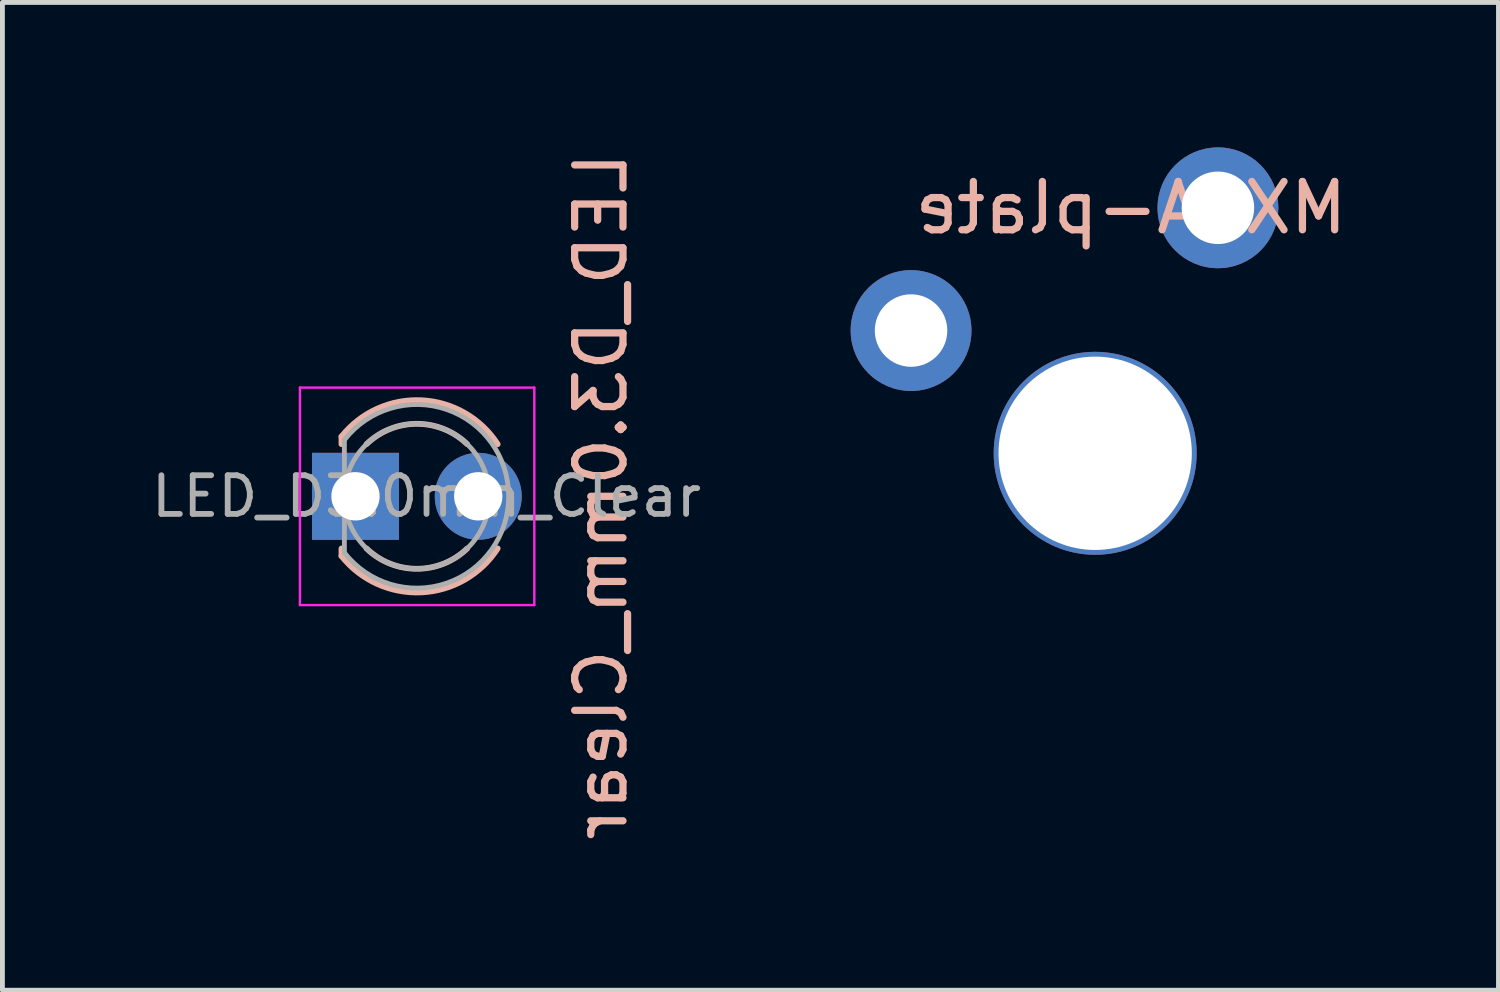
<source format=kicad_pcb>
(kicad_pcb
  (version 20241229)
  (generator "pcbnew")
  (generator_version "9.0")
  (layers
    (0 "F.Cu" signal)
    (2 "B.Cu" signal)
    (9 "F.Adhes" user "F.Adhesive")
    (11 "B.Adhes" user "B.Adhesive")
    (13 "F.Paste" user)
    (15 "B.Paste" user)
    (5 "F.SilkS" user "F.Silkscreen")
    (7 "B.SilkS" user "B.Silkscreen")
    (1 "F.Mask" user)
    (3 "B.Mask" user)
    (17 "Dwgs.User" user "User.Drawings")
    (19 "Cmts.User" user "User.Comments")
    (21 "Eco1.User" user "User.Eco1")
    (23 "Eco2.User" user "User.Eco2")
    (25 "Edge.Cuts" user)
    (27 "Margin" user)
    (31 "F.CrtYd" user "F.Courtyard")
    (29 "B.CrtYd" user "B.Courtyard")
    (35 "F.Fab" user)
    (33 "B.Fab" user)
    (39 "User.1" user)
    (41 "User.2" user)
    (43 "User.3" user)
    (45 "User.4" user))
  (footprint "MX1A-plate"
    (layer "F.Cu")
    (at 19.612 6.33)
    (property "Reference" "MX1A-plate" (at -3.81 -5.08 0) (layer "B.SilkS") (effects (font (size 1 1) (thickness 0.15)) (justify right mirror)))
    (attr through_hole)
    (pad "" thru_hole circle (at 0 0) (size 4.2 4.2) (drill 4) (layers "*.Cu" "*.Mask"))
    (pad "1" thru_hole circle (at -3.81 -2.54) (size 2.5 2.5) (drill 1.5) (layers "*.Cu" "*.Mask"))
    (pad "2" thru_hole circle (at 2.54 -5.08) (size 2.5 2.5) (drill 1.5) (layers "*.Cu" "*.Mask")))
  (footprint "LED_D3.0mm_Clear"
    (layer "F.Cu")
    (at 5.576 2.14)
    (property "Reference" "LED_D3.0mm_Clear" (at 3.81 5.08 90) (layer "B.SilkS") (effects (font (size 1 1) (thickness 0.15)) (justify mirror)))
    (attr through_hole)
    (fp_line (start -1.56 3.844) (end -1.56 4) (stroke (width 0.12) (type solid)) (layer "B.SilkS"))
    (fp_line (start -1.56 6.16) (end -1.56 6.316) (stroke (width 0.12) (type solid)) (layer "B.SilkS"))
    (fp_arc (start -1.56 3.844484) (mid 0.096487 3.092341) (end 1.672335 4.001392) (stroke (width 0.12) (type solid)) (layer "B.SilkS"))
    (fp_arc (start -1.040961 4) (mid 0.000117 3.58) (end 1.04113 4.000163) (stroke (width 0.12) (type solid)) (layer "B.SilkS"))
    (fp_arc (start 1.04113 6.159837) (mid 0.000117 6.58) (end -1.040961 6.16) (stroke (width 0.12) (type solid)) (layer "B.SilkS"))
    (fp_arc (start 1.672335 6.158608) (mid 0.096487 7.067659) (end -1.56 6.315516) (stroke (width 0.12) (type solid)) (layer "B.SilkS"))
    (fp_line (start -2.42 2.83) (end -2.42 7.33) (stroke (width 0.05) (type solid)) (layer "F.CrtYd"))
    (fp_line (start -2.42 7.33) (end 2.43 7.33) (stroke (width 0.05) (type solid)) (layer "F.CrtYd"))
    (fp_line (start 2.43 2.83) (end -2.42 2.83) (stroke (width 0.05) (type solid)) (layer "F.CrtYd"))
    (fp_line (start 2.43 7.33) (end 2.43 2.83) (stroke (width 0.05) (type solid)) (layer "F.CrtYd"))
    (fp_line (start -1.5 3.914) (end -1.5 6.246) (stroke (width 0.1) (type solid)) (layer "F.Fab"))
    (fp_arc (start -1.5 3.91381) (mid 1.9 5.080452) (end -1.500555 6.245476) (stroke (width 0.1) (type solid)) (layer "F.Fab"))
    (fp_circle (center 0 5.08) (end 1.5 5.08) (stroke (width 0.1) (type solid)) (fill no) (layer "F.Fab"))
    (fp_text user "${REFERENCE}" (at 0.2 5.08 0) (layer "F.Fab") (effects (font (size 0.8 0.8) (thickness 0.12))))
    (pad "1" thru_hole rect (at -1.27 5.08) (size 1.8 1.8) (drill 1) (layers "*.Cu" "*.Mask"))
    (pad "2" thru_hole circle (at 1.27 5.08) (size 1.8 1.8) (drill 1) (layers "*.Cu" "*.Mask")))
  (gr_rect
    (start -3 -3)
    (end 27.957 17.44)
    (stroke (width 0.1) (type default))
    (fill no)
    (layer "Edge.Cuts")))
</source>
